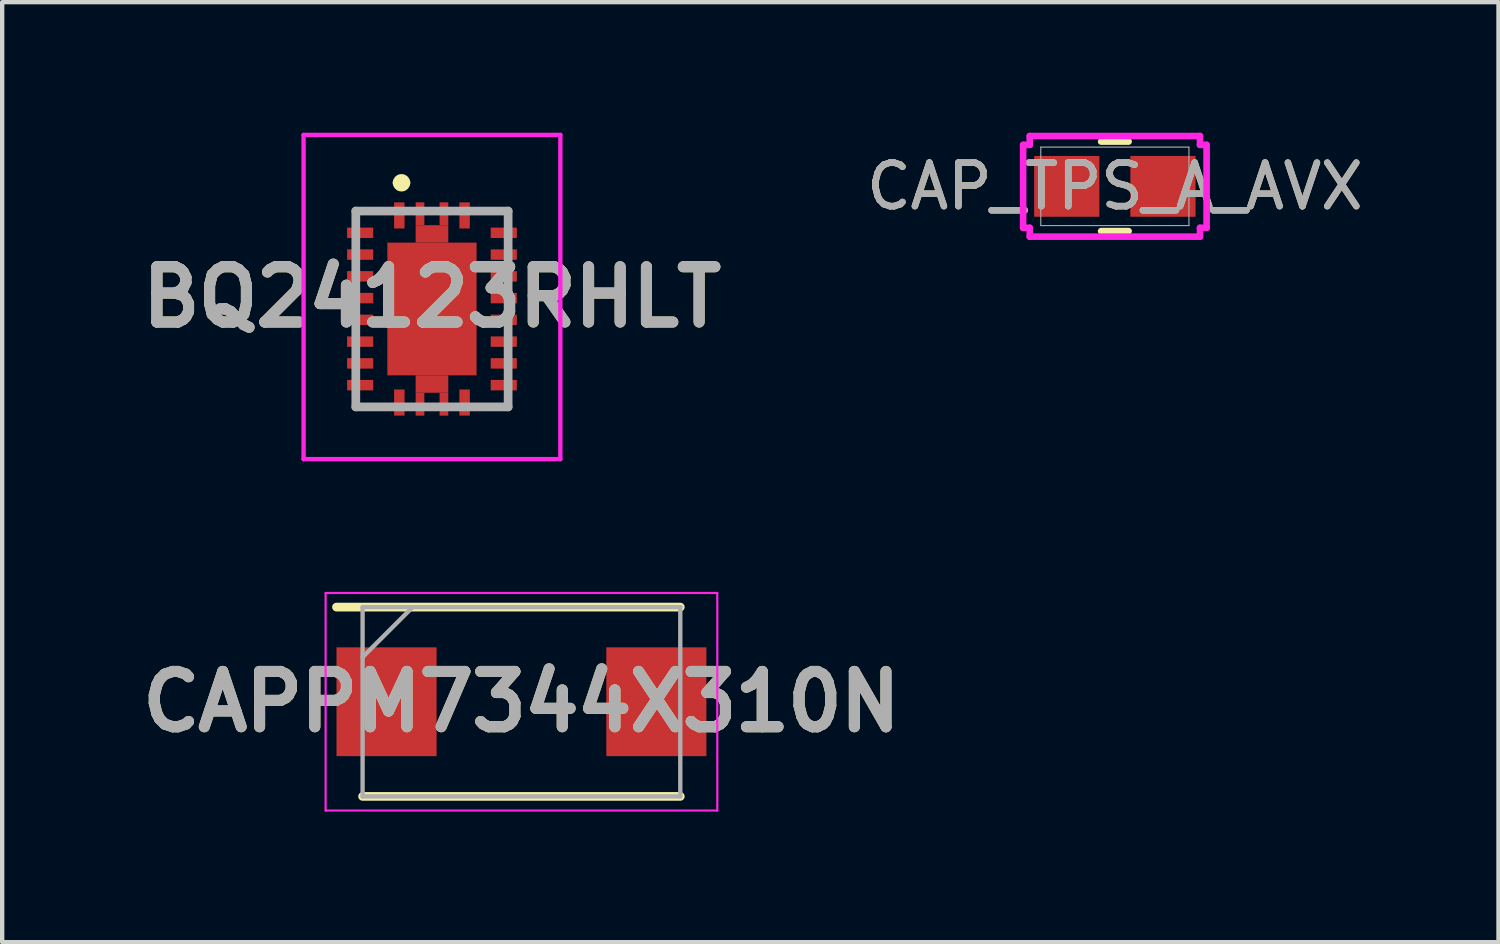
<source format=kicad_pcb>
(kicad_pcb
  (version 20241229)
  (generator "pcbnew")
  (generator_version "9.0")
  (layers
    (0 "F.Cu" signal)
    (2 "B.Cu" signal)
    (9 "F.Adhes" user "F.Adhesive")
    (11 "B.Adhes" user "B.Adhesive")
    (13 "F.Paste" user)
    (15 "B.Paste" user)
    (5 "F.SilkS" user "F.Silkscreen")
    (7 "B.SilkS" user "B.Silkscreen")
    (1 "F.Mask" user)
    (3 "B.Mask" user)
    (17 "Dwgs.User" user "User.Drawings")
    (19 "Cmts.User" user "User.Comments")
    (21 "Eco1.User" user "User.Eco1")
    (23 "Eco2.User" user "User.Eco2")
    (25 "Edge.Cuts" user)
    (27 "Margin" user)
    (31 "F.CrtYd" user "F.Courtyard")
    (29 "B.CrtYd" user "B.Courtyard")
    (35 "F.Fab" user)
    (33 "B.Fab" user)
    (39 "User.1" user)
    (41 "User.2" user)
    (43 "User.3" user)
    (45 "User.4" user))
  (footprint "BQ24123RHLT"
    (layer "F.Cu")
    (at 6.876 4.05)
    (property "Reference" "BQ24123RHLT" (at 0 -0.275 0) (layer "F.SilkS") (effects (font (size 1.27 1.27) (thickness 0.254))))
    (attr smd)
    (fp_line (start -1.75 -2.25) (end -1.75 -2) (stroke (width 0.1) (type solid)) (layer "F.SilkS"))
    (fp_line (start -1.75 2) (end -1.75 2.25) (stroke (width 0.1) (type solid)) (layer "F.SilkS"))
    (fp_line (start -1.75 2.25) (end -1.5 2.25) (stroke (width 0.1) (type solid)) (layer "F.SilkS"))
    (fp_line (start -1.5 -2.25) (end -1.75 -2.25) (stroke (width 0.1) (type solid)) (layer "F.SilkS"))
    (fp_line (start -0.8 -2.9) (end -0.8 -2.9) (stroke (width 0.2) (type solid)) (layer "F.SilkS"))
    (fp_line (start -0.6 -2.9) (end -0.6 -2.9) (stroke (width 0.2) (type solid)) (layer "F.SilkS"))
    (fp_line (start 1.5 -2.25) (end 1.75 -2.25) (stroke (width 0.1) (type solid)) (layer "F.SilkS"))
    (fp_line (start 1.75 -2.25) (end 1.75 -2) (stroke (width 0.1) (type solid)) (layer "F.SilkS"))
    (fp_line (start 1.75 2) (end 1.75 2.25) (stroke (width 0.1) (type solid)) (layer "F.SilkS"))
    (fp_line (start 1.75 2.25) (end 1.5 2.25) (stroke (width 0.1) (type solid)) (layer "F.SilkS"))
    (fp_arc (start -0.8 -2.9) (mid -0.7 -3) (end -0.6 -2.9) (stroke (width 0.2) (type solid)) (layer "F.SilkS"))
    (fp_arc (start -0.6 -2.9) (mid -0.7 -2.8) (end -0.8 -2.9) (stroke (width 0.2) (type solid)) (layer "F.SilkS"))
    (fp_line (start -2.95 -4) (end 2.95 -4) (stroke (width 0.1) (type solid)) (layer "F.CrtYd"))
    (fp_line (start -2.95 3.45) (end -2.95 -4) (stroke (width 0.1) (type solid)) (layer "F.CrtYd"))
    (fp_line (start 2.95 -4) (end 2.95 3.45) (stroke (width 0.1) (type solid)) (layer "F.CrtYd"))
    (fp_line (start 2.95 3.45) (end -2.95 3.45) (stroke (width 0.1) (type solid)) (layer "F.CrtYd"))
    (fp_line (start -1.75 -2.25) (end 1.75 -2.25) (stroke (width 0.2) (type solid)) (layer "F.Fab"))
    (fp_line (start -1.75 2.25) (end -1.75 -2.25) (stroke (width 0.2) (type solid)) (layer "F.Fab"))
    (fp_line (start 1.75 -2.25) (end 1.75 2.25) (stroke (width 0.2) (type solid)) (layer "F.Fab"))
    (fp_line (start 1.75 2.25) (end -1.75 2.25) (stroke (width 0.2) (type solid)) (layer "F.Fab"))
    (fp_text user "${REFERENCE}" (at 0 -0.275 0) (layer "F.Fab") (effects (font (size 1.27 1.27) (thickness 0.254))))
    (pad "1" smd rect (at -0.75 -2.15) (size 0.24 0.6) (layers "F.Cu" "F.Mask" "F.Paste"))
    (pad "2" smd rect (at -1.65 -1.75 90) (size 0.24 0.6) (layers "F.Cu" "F.Mask" "F.Paste"))
    (pad "3" smd rect (at -1.65 -1.25 90) (size 0.24 0.6) (layers "F.Cu" "F.Mask" "F.Paste"))
    (pad "4" smd rect (at -1.65 -0.75 90) (size 0.24 0.6) (layers "F.Cu" "F.Mask" "F.Paste"))
    (pad "5" smd rect (at -1.65 -0.25 90) (size 0.24 0.6) (layers "F.Cu" "F.Mask" "F.Paste"))
    (pad "6" smd rect (at -1.65 0.25 90) (size 0.24 0.6) (layers "F.Cu" "F.Mask" "F.Paste"))
    (pad "7" smd rect (at -1.65 0.75 90) (size 0.24 0.6) (layers "F.Cu" "F.Mask" "F.Paste"))
    (pad "8" smd rect (at -1.65 1.25 90) (size 0.24 0.6) (layers "F.Cu" "F.Mask" "F.Paste"))
    (pad "9" smd rect (at -1.65 1.75 90) (size 0.24 0.6) (layers "F.Cu" "F.Mask" "F.Paste"))
    (pad "10" smd rect (at -0.75 2.15) (size 0.24 0.6) (layers "F.Cu" "F.Mask" "F.Paste"))
    (pad "11" smd rect (at 0.75 2.15) (size 0.24 0.6) (layers "F.Cu" "F.Mask" "F.Paste"))
    (pad "12" smd rect (at 1.65 1.75 90) (size 0.24 0.6) (layers "F.Cu" "F.Mask" "F.Paste"))
    (pad "13" smd rect (at 1.65 1.25 90) (size 0.24 0.6) (layers "F.Cu" "F.Mask" "F.Paste"))
    (pad "14" smd rect (at 1.65 0.75 90) (size 0.24 0.6) (layers "F.Cu" "F.Mask" "F.Paste"))
    (pad "15" smd rect (at 1.65 0.25 90) (size 0.24 0.6) (layers "F.Cu" "F.Mask" "F.Paste"))
    (pad "16" smd rect (at 1.65 -0.25 90) (size 0.24 0.6) (layers "F.Cu" "F.Mask" "F.Paste"))
    (pad "17" smd rect (at 1.65 -0.75 90) (size 0.24 0.6) (layers "F.Cu" "F.Mask" "F.Paste"))
    (pad "18" smd rect (at 1.65 -1.25 90) (size 0.24 0.6) (layers "F.Cu" "F.Mask" "F.Paste"))
    (pad "19" smd rect (at 1.65 -1.75 90) (size 0.24 0.6) (layers "F.Cu" "F.Mask" "F.Paste"))
    (pad "20" smd rect (at 0.75 -2.15) (size 0.24 0.6) (layers "F.Cu" "F.Mask" "F.Paste"))
    (pad "21" smd rect (at 0 0) (size 2.05 3.05) (layers "F.Cu" "F.Mask" "F.Paste"))
    (pad "22" smd rect (at 0 -1.725 90) (size 0.4 0.75) (layers "F.Cu" "F.Mask" "F.Paste"))
    (pad "23" smd rect (at 0 1.725 90) (size 0.4 0.75) (layers "F.Cu" "F.Mask" "F.Paste"))
    (pad "24" smd rect (at -0.275 -2.189) (size 0.2 0.525) (layers "F.Cu" "F.Mask" "F.Paste"))
    (pad "25" smd rect (at 0.275 -2.189) (size 0.2 0.525) (layers "F.Cu" "F.Mask" "F.Paste"))
    (pad "26" smd rect (at -0.275 2.189) (size 0.2 0.525) (layers "F.Cu" "F.Mask" "F.Paste"))
    (pad "27" smd rect (at 0.275 2.189) (size 0.2 0.525) (layers "F.Cu" "F.Mask" "F.Paste")))
  (footprint "CAP_TPS_A_AVX"
    (layer "F.Cu")
    (at 22.568 1.232)
    (property "Reference" "CAP_TPS_A_AVX" (at 0 0 0) (unlocked yes) (layer "F.SilkS") (effects (font (size 1 1) (thickness 0.15))))
    (attr smd)
    (fp_line (start -0.316 1.029) (end 0.316 1.029) (stroke (width 0.152) (type solid)) (layer "F.SilkS"))
    (fp_line (start 0.316 -1.029) (end -0.316 -1.029) (stroke (width 0.152) (type solid)) (layer "F.SilkS"))
    (fp_line (start -2.108 -0.953) (end -1.956 -0.953) (stroke (width 0.152) (type solid)) (layer "F.CrtYd"))
    (fp_line (start -2.108 0.953) (end -2.108 -0.953) (stroke (width 0.152) (type solid)) (layer "F.CrtYd"))
    (fp_line (start -1.956 -1.156) (end 1.956 -1.156) (stroke (width 0.152) (type solid)) (layer "F.CrtYd"))
    (fp_line (start -1.956 -0.953) (end -1.956 -1.156) (stroke (width 0.152) (type solid)) (layer "F.CrtYd"))
    (fp_line (start -1.956 0.953) (end -2.108 0.953) (stroke (width 0.152) (type solid)) (layer "F.CrtYd"))
    (fp_line (start -1.956 1.156) (end -1.956 0.953) (stroke (width 0.152) (type solid)) (layer "F.CrtYd"))
    (fp_line (start 1.956 -1.156) (end 1.956 -0.953) (stroke (width 0.152) (type solid)) (layer "F.CrtYd"))
    (fp_line (start 1.956 -0.953) (end 2.108 -0.953) (stroke (width 0.152) (type solid)) (layer "F.CrtYd"))
    (fp_line (start 1.956 0.953) (end 1.956 1.156) (stroke (width 0.152) (type solid)) (layer "F.CrtYd"))
    (fp_line (start 1.956 1.156) (end -1.956 1.156) (stroke (width 0.152) (type solid)) (layer "F.CrtYd"))
    (fp_line (start 2.108 -0.953) (end 2.108 0.953) (stroke (width 0.152) (type solid)) (layer "F.CrtYd"))
    (fp_line (start 2.108 0.953) (end 1.956 0.953) (stroke (width 0.152) (type solid)) (layer "F.CrtYd"))
    (fp_line (start -1.702 -0.902) (end -1.702 0.902) (stroke (width 0.025) (type solid)) (layer "F.Fab"))
    (fp_line (start -1.702 0.902) (end 1.702 0.902) (stroke (width 0.025) (type solid)) (layer "F.Fab"))
    (fp_line (start 1.702 -0.902) (end -1.702 -0.902) (stroke (width 0.025) (type solid)) (layer "F.Fab"))
    (fp_line (start 1.702 0.902) (end 1.702 -0.902) (stroke (width 0.025) (type solid)) (layer "F.Fab"))
    (fp_text user "${REFERENCE}" (at 0 0 0) (unlocked yes) (layer "F.Fab") (effects (font (size 1 1) (thickness 0.15))))
    (pad "1" smd rect (at -1.105 0 90) (size 1.397 1.498) (layers "F.Cu" "F.Mask" "F.Paste"))
    (pad "2" smd rect (at 1.105 0 90) (size 1.397 1.498) (layers "F.Cu" "F.Mask" "F.Paste"))
    (zone (net_name "") (layer "F.Cu") (hatch full 0.508) (connect_pads) (min_thickness 0.254) (filled_areas_thickness no) (keepout (tracks not_allowed) (vias not_allowed) (pads allowed) (copperpour not_allowed) (footprints allowed)) (placement (enabled no)) (fill) (polygon (pts (xy 20.917 0.381) (xy 24.219 0.381) (xy 24.219 0.483) (xy 20.917 0.483))))
    (zone (net_name "") (layer "F.Cu") (hatch full 0.508) (connect_pads) (min_thickness 0.254) (filled_areas_thickness no) (keepout (tracks not_allowed) (vias not_allowed) (pads allowed) (copperpour not_allowed) (footprints allowed)) (placement (enabled no)) (fill) (polygon (pts (xy 20.917 1.981) (xy 24.219 1.981) (xy 24.219 2.083) (xy 20.917 2.083))))
    (zone (net_name "") (layer "F.Cu") (hatch full 0.508) (connect_pads) (min_thickness 0.254) (filled_areas_thickness no) (keepout (tracks not_allowed) (vias not_allowed) (pads allowed) (copperpour not_allowed) (footprints allowed)) (placement (enabled no)) (fill) (polygon (pts (xy 22.262 0.483) (xy 22.874 0.483) (xy 22.874 1.981) (xy 22.262 1.981)))))
  (footprint "CAPPM7344X310N"
    (layer "F.Cu")
    (at 8.932 13.075)
    (property "Reference" "CAPPM7344X310N" (at 0 0 0) (layer "F.SilkS") (effects (font (size 1.27 1.27) (thickness 0.254))))
    (attr smd)
    (fp_line (start -3.65 2.175) (end 3.65 2.175) (stroke (width 0.2) (type solid)) (layer "F.SilkS"))
    (fp_line (start 3.65 -2.175) (end -4.25 -2.175) (stroke (width 0.2) (type solid)) (layer "F.SilkS"))
    (fp_line (start -4.5 -2.5) (end 4.5 -2.5) (stroke (width 0.05) (type solid)) (layer "F.CrtYd"))
    (fp_line (start -4.5 2.5) (end -4.5 -2.5) (stroke (width 0.05) (type solid)) (layer "F.CrtYd"))
    (fp_line (start 4.5 -2.5) (end 4.5 2.5) (stroke (width 0.05) (type solid)) (layer "F.CrtYd"))
    (fp_line (start 4.5 2.5) (end -4.5 2.5) (stroke (width 0.05) (type solid)) (layer "F.CrtYd"))
    (fp_line (start -3.65 -2.175) (end 3.65 -2.175) (stroke (width 0.1) (type solid)) (layer "F.Fab"))
    (fp_line (start -3.65 -1.025) (end -2.5 -2.175) (stroke (width 0.1) (type solid)) (layer "F.Fab"))
    (fp_line (start -3.65 2.175) (end -3.65 -2.175) (stroke (width 0.1) (type solid)) (layer "F.Fab"))
    (fp_line (start 3.65 -2.175) (end 3.65 2.175) (stroke (width 0.1) (type solid)) (layer "F.Fab"))
    (fp_line (start 3.65 2.175) (end -3.65 2.175) (stroke (width 0.1) (type solid)) (layer "F.Fab"))
    (fp_text user "${REFERENCE}" (at 0 0 0) (layer "F.Fab") (effects (font (size 1.27 1.27) (thickness 0.254))))
    (pad "1" smd rect (at -3.1 0) (size 2.3 2.5) (layers "F.Cu" "F.Mask" "F.Paste"))
    (pad "2" smd rect (at 3.1 0) (size 2.3 2.5) (layers "F.Cu" "F.Mask" "F.Paste")))
  (gr_rect
    (start -3 -3)
    (end 31.383 18.6)
    (stroke (width 0.1) (type default))
    (fill no)
    (layer "Edge.Cuts")))
</source>
